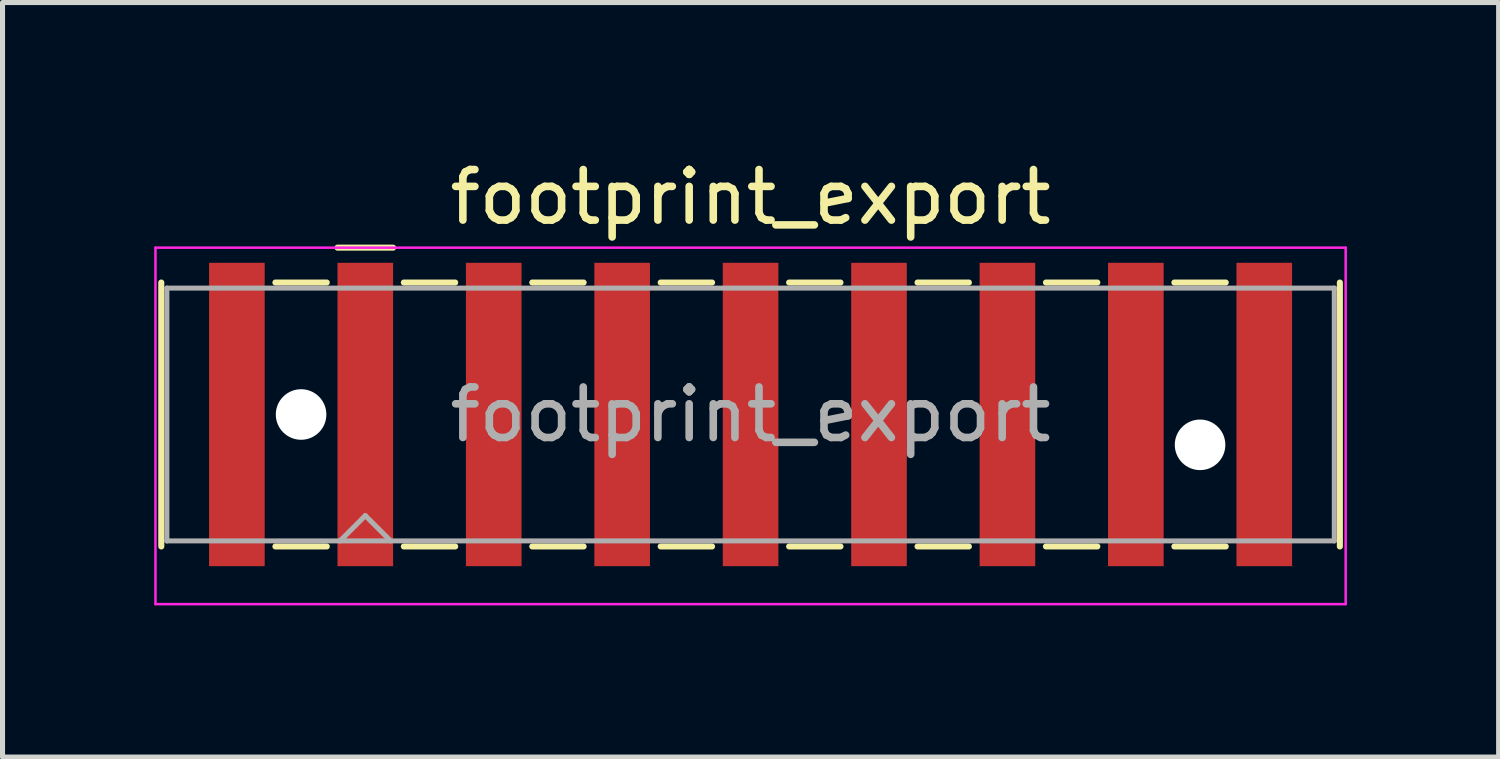
<source format=kicad_pcb>
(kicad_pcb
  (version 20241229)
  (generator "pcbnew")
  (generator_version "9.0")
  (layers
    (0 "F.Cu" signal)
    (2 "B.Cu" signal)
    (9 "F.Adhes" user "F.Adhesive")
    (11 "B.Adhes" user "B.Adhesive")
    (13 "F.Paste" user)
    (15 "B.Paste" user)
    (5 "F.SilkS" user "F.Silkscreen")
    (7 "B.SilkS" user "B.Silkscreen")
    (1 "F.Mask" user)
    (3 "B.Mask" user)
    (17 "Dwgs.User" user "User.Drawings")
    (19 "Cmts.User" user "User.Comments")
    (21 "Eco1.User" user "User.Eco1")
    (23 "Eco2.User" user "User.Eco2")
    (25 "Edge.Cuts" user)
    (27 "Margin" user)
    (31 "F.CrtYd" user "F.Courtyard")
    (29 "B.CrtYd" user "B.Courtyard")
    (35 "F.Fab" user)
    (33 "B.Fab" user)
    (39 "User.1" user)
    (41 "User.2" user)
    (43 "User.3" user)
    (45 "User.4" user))
  (footprint "footprint_export"
    (layer "F.Cu")
    (at 11.795 5.148)
    (property "Reference" "footprint_export" (at 0 -4.3 0) (layer "F.SilkS") (effects (font (size 1 1) (thickness 0.15))))
    (attr smd)
    (fp_line (start -11.655 -2.61) (end -11.655 2.61) (stroke (width 0.12) (type solid)) (layer "F.SilkS"))
    (fp_line (start -9.398 -2.61) (end -8.382 -2.61) (stroke (width 0.12) (type solid)) (layer "F.SilkS"))
    (fp_line (start -9.398 2.61) (end -8.382 2.61) (stroke (width 0.12) (type solid)) (layer "F.SilkS"))
    (fp_line (start -8.17 -3.3) (end -7.07 -3.3) (stroke (width 0.12) (type solid)) (layer "F.SilkS"))
    (fp_line (start -6.858 -2.61) (end -5.842 -2.61) (stroke (width 0.12) (type solid)) (layer "F.SilkS"))
    (fp_line (start -6.858 2.61) (end -5.842 2.61) (stroke (width 0.12) (type solid)) (layer "F.SilkS"))
    (fp_line (start -4.318 -2.61) (end -3.302 -2.61) (stroke (width 0.12) (type solid)) (layer "F.SilkS"))
    (fp_line (start -4.318 2.61) (end -3.302 2.61) (stroke (width 0.12) (type solid)) (layer "F.SilkS"))
    (fp_line (start -1.778 -2.61) (end -0.762 -2.61) (stroke (width 0.12) (type solid)) (layer "F.SilkS"))
    (fp_line (start -1.778 2.61) (end -0.762 2.61) (stroke (width 0.12) (type solid)) (layer "F.SilkS"))
    (fp_line (start 0.762 -2.61) (end 1.778 -2.61) (stroke (width 0.12) (type solid)) (layer "F.SilkS"))
    (fp_line (start 0.762 2.61) (end 1.778 2.61) (stroke (width 0.12) (type solid)) (layer "F.SilkS"))
    (fp_line (start 3.302 -2.61) (end 4.318 -2.61) (stroke (width 0.12) (type solid)) (layer "F.SilkS"))
    (fp_line (start 3.302 2.61) (end 4.318 2.61) (stroke (width 0.12) (type solid)) (layer "F.SilkS"))
    (fp_line (start 5.842 -2.61) (end 6.858 -2.61) (stroke (width 0.12) (type solid)) (layer "F.SilkS"))
    (fp_line (start 5.842 2.61) (end 6.858 2.61) (stroke (width 0.12) (type solid)) (layer "F.SilkS"))
    (fp_line (start 8.382 -2.61) (end 9.398 -2.61) (stroke (width 0.12) (type solid)) (layer "F.SilkS"))
    (fp_line (start 8.382 2.61) (end 9.398 2.61) (stroke (width 0.12) (type solid)) (layer "F.SilkS"))
    (fp_line (start 11.655 -2.61) (end 11.655 2.61) (stroke (width 0.12) (type solid)) (layer "F.SilkS"))
    (fp_line (start -11.77 -3.3) (end -11.77 3.75) (stroke (width 0.05) (type solid)) (layer "F.CrtYd"))
    (fp_line (start -11.77 3.75) (end 11.77 3.75) (stroke (width 0.05) (type solid)) (layer "F.CrtYd"))
    (fp_line (start 11.77 -3.3) (end -11.77 -3.3) (stroke (width 0.05) (type solid)) (layer "F.CrtYd"))
    (fp_line (start 11.77 3.75) (end 11.77 -3.3) (stroke (width 0.05) (type solid)) (layer "F.CrtYd"))
    (fp_line (start -11.545 -2.5) (end -11.545 2.5) (stroke (width 0.1) (type solid)) (layer "F.Fab"))
    (fp_line (start -11.545 2.5) (end 11.545 2.5) (stroke (width 0.1) (type solid)) (layer "F.Fab"))
    (fp_line (start -8.12 2.5) (end -7.62 2) (stroke (width 0.1) (type solid)) (layer "F.Fab"))
    (fp_line (start -7.62 2) (end -7.12 2.5) (stroke (width 0.1) (type solid)) (layer "F.Fab"))
    (fp_line (start 11.545 -2.5) (end -11.545 -2.5) (stroke (width 0.1) (type solid)) (layer "F.Fab"))
    (fp_line (start 11.545 2.5) (end 11.545 -2.5) (stroke (width 0.1) (type solid)) (layer "F.Fab"))
    (fp_text user "${REFERENCE}" (at 0 0 0) (layer "F.Fab") (effects (font (size 1 1) (thickness 0.15))))
    (pad "" np_thru_hole circle (at -8.89 0) (size 1 1) (drill 1) (layers "*.Cu" "*.Mask"))
    (pad "" np_thru_hole circle (at 8.89 0.6) (size 1 1) (drill 1) (layers "*.Cu" "*.Mask"))
    (pad "1" smd rect (at -7.62 0) (size 1.1 6) (layers "F.Cu" "F.Mask" "F.Paste"))
    (pad "2" smd rect (at -5.08 0) (size 1.1 6) (layers "F.Cu" "F.Mask" "F.Paste"))
    (pad "3" smd rect (at -2.54 0) (size 1.1 6) (layers "F.Cu" "F.Mask" "F.Paste"))
    (pad "4" smd rect (at 0 0) (size 1.1 6) (layers "F.Cu" "F.Mask" "F.Paste"))
    (pad "5" smd rect (at 2.54 0) (size 1.1 6) (layers "F.Cu" "F.Mask" "F.Paste"))
    (pad "6" smd rect (at 5.08 0) (size 1.1 6) (layers "F.Cu" "F.Mask" "F.Paste"))
    (pad "7" smd rect (at 7.62 0) (size 1.1 6) (layers "F.Cu" "F.Mask" "F.Paste"))
    (pad "MP" smd rect (at -10.16 0) (size 1.1 6) (layers "F.Cu" "F.Mask" "F.Paste"))
    (pad "MP" smd rect (at 10.16 0) (size 1.1 6) (layers "F.Cu" "F.Mask" "F.Paste")))
  (gr_rect
    (start -3 -3)
    (end 26.59 11.923)
    (stroke (width 0.1) (type default))
    (fill no)
    (layer "Edge.Cuts")))
</source>
